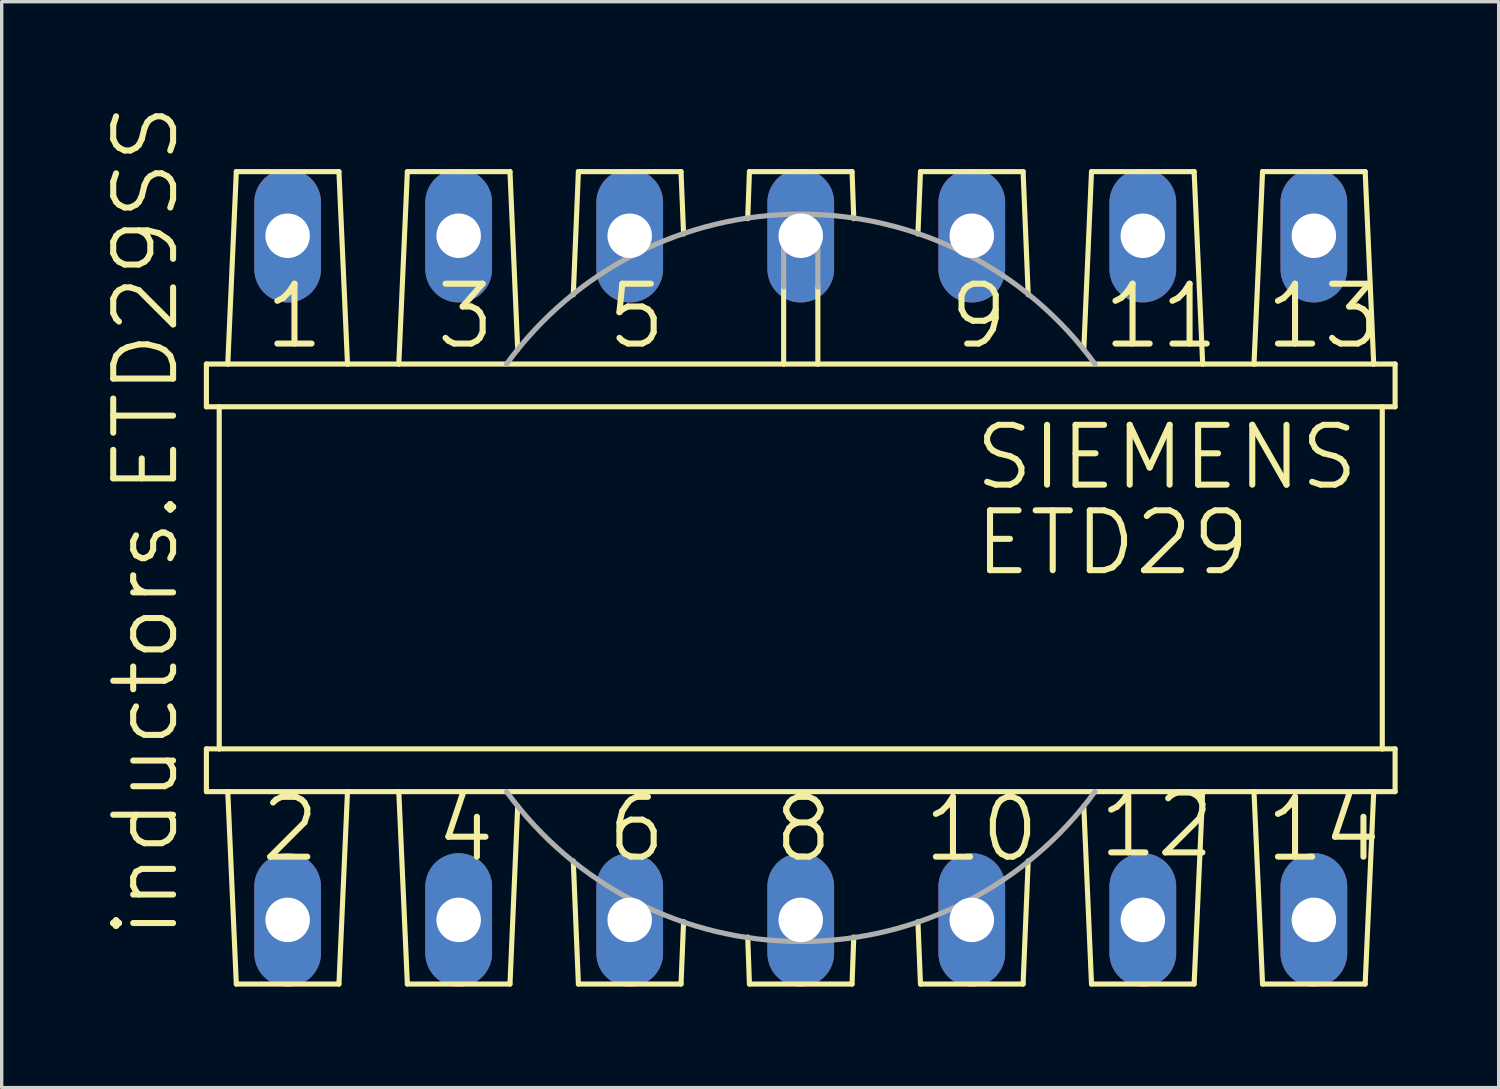
<source format=kicad_pcb>
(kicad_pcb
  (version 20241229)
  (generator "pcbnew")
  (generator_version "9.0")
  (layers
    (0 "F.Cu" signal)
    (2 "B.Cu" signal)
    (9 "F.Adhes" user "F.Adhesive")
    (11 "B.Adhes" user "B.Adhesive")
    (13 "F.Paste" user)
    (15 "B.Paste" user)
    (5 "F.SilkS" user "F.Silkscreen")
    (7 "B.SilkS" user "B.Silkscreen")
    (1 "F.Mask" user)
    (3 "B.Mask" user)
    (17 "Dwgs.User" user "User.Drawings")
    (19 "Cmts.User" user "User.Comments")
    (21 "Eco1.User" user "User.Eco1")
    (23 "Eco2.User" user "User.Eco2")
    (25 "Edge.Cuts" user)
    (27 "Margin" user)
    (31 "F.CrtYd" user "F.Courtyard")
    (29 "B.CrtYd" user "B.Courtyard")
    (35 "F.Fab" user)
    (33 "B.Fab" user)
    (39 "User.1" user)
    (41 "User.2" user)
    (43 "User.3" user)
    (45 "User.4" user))
  (footprint "inductors.ETD29SS"
    (layer "F.Cu")
    (at 20.733 14.112)
    (property "Reference" "inductors.ETD29SS" (at -18.415 10.795 90) (layer "F.SilkS") (effects (font (size 1.778 1.778) (thickness 0.18)) (justify left bottom)))
    (attr through_hole)
    (fp_line (start -17.653 -6.35) (end -17.653 -5.08) (stroke (width 0.152) (type default)) (layer "F.SilkS"))
    (fp_line (start -17.653 5.08) (end -17.653 6.35) (stroke (width 0.152) (type default)) (layer "F.SilkS"))
    (fp_line (start -17.272 -5.08) (end -17.653 -5.08) (stroke (width 0.152) (type default)) (layer "F.SilkS"))
    (fp_line (start -17.272 5.08) (end -17.653 5.08) (stroke (width 0.152) (type default)) (layer "F.SilkS"))
    (fp_line (start -17.272 5.08) (end -17.272 -5.08) (stroke (width 0.152) (type default)) (layer "F.SilkS"))
    (fp_line (start -17.018 -6.35) (end -17.653 -6.35) (stroke (width 0.152) (type default)) (layer "F.SilkS"))
    (fp_line (start -17.018 -6.35) (end -16.764 -12.065) (stroke (width 0.152) (type default)) (layer "F.SilkS"))
    (fp_line (start -17.018 6.35) (end -17.653 6.35) (stroke (width 0.152) (type default)) (layer "F.SilkS"))
    (fp_line (start -17.018 6.35) (end -16.764 12.065) (stroke (width 0.152) (type default)) (layer "F.SilkS"))
    (fp_line (start -16.764 12.065) (end -13.716 12.065) (stroke (width 0.152) (type default)) (layer "F.SilkS"))
    (fp_line (start -13.716 -12.065) (end -16.764 -12.065) (stroke (width 0.152) (type default)) (layer "F.SilkS"))
    (fp_line (start -13.462 -6.35) (end -17.018 -6.35) (stroke (width 0.152) (type default)) (layer "F.SilkS"))
    (fp_line (start -13.462 -6.35) (end -13.716 -12.065) (stroke (width 0.152) (type default)) (layer "F.SilkS"))
    (fp_line (start -13.462 6.35) (end -17.018 6.35) (stroke (width 0.152) (type default)) (layer "F.SilkS"))
    (fp_line (start -13.462 6.35) (end -13.716 12.065) (stroke (width 0.152) (type default)) (layer "F.SilkS"))
    (fp_line (start -11.938 -6.35) (end -13.462 -6.35) (stroke (width 0.152) (type default)) (layer "F.SilkS"))
    (fp_line (start -11.938 -6.35) (end -11.684 -12.065) (stroke (width 0.152) (type default)) (layer "F.SilkS"))
    (fp_line (start -11.938 6.35) (end -13.462 6.35) (stroke (width 0.152) (type default)) (layer "F.SilkS"))
    (fp_line (start -11.938 6.35) (end -11.684 12.065) (stroke (width 0.152) (type default)) (layer "F.SilkS"))
    (fp_line (start -11.684 12.065) (end -8.636 12.065) (stroke (width 0.152) (type default)) (layer "F.SilkS"))
    (fp_line (start -8.636 -12.065) (end -11.684 -12.065) (stroke (width 0.152) (type default)) (layer "F.SilkS"))
    (fp_line (start -8.407 -6.782) (end -8.636 -12.065) (stroke (width 0.152) (type default)) (layer "F.SilkS"))
    (fp_line (start -8.407 6.782) (end -8.636 12.065) (stroke (width 0.152) (type default)) (layer "F.SilkS"))
    (fp_line (start -6.756 -8.407) (end -6.604 -12.065) (stroke (width 0.152) (type default)) (layer "F.SilkS"))
    (fp_line (start -6.756 8.407) (end -6.604 12.065) (stroke (width 0.152) (type default)) (layer "F.SilkS"))
    (fp_line (start -6.604 12.065) (end -3.556 12.065) (stroke (width 0.152) (type default)) (layer "F.SilkS"))
    (fp_line (start -3.556 -12.065) (end -6.604 -12.065) (stroke (width 0.152) (type default)) (layer "F.SilkS"))
    (fp_line (start -3.48 -10.211) (end -3.556 -12.065) (stroke (width 0.152) (type default)) (layer "F.SilkS"))
    (fp_line (start -3.48 10.211) (end -3.556 12.065) (stroke (width 0.152) (type default)) (layer "F.SilkS"))
    (fp_line (start -1.575 -10.668) (end -1.524 -12.065) (stroke (width 0.152) (type default)) (layer "F.SilkS"))
    (fp_line (start -1.575 10.668) (end -1.524 12.065) (stroke (width 0.152) (type default)) (layer "F.SilkS"))
    (fp_line (start -1.524 12.065) (end 1.524 12.065) (stroke (width 0.152) (type default)) (layer "F.SilkS"))
    (fp_line (start -0.508 -8.636) (end -0.508 -6.35) (stroke (width 0.152) (type default)) (layer "F.SilkS"))
    (fp_line (start -0.508 -6.35) (end -11.938 -6.35) (stroke (width 0.152) (type default)) (layer "F.SilkS"))
    (fp_line (start 0.508 -6.35) (end -0.508 -6.35) (stroke (width 0.152) (type default)) (layer "F.SilkS"))
    (fp_line (start 0.508 -6.35) (end 0.508 -8.636) (stroke (width 0.152) (type default)) (layer "F.SilkS"))
    (fp_line (start 1.524 -12.065) (end -1.524 -12.065) (stroke (width 0.152) (type default)) (layer "F.SilkS"))
    (fp_line (start 1.575 -10.668) (end 1.524 -12.065) (stroke (width 0.152) (type default)) (layer "F.SilkS"))
    (fp_line (start 1.575 10.668) (end 1.524 12.065) (stroke (width 0.152) (type default)) (layer "F.SilkS"))
    (fp_line (start 3.48 -10.211) (end 3.556 -12.065) (stroke (width 0.152) (type default)) (layer "F.SilkS"))
    (fp_line (start 3.48 10.211) (end 3.556 12.065) (stroke (width 0.152) (type default)) (layer "F.SilkS"))
    (fp_line (start 3.556 12.065) (end 6.604 12.065) (stroke (width 0.152) (type default)) (layer "F.SilkS"))
    (fp_line (start 6.604 -12.065) (end 3.556 -12.065) (stroke (width 0.152) (type default)) (layer "F.SilkS"))
    (fp_line (start 6.756 -8.407) (end 6.604 -12.065) (stroke (width 0.152) (type default)) (layer "F.SilkS"))
    (fp_line (start 6.756 8.407) (end 6.604 12.065) (stroke (width 0.152) (type default)) (layer "F.SilkS"))
    (fp_line (start 8.407 -6.782) (end 8.636 -12.065) (stroke (width 0.152) (type default)) (layer "F.SilkS"))
    (fp_line (start 8.407 6.782) (end 8.636 12.065) (stroke (width 0.152) (type default)) (layer "F.SilkS"))
    (fp_line (start 8.636 12.065) (end 11.684 12.065) (stroke (width 0.152) (type default)) (layer "F.SilkS"))
    (fp_line (start 11.684 -12.065) (end 8.636 -12.065) (stroke (width 0.152) (type default)) (layer "F.SilkS"))
    (fp_line (start 11.938 -6.35) (end 0.508 -6.35) (stroke (width 0.152) (type default)) (layer "F.SilkS"))
    (fp_line (start 11.938 -6.35) (end 11.684 -12.065) (stroke (width 0.152) (type default)) (layer "F.SilkS"))
    (fp_line (start 11.938 6.35) (end -11.938 6.35) (stroke (width 0.152) (type default)) (layer "F.SilkS"))
    (fp_line (start 11.938 6.35) (end 11.684 12.065) (stroke (width 0.152) (type default)) (layer "F.SilkS"))
    (fp_line (start 13.462 -6.35) (end 11.938 -6.35) (stroke (width 0.152) (type default)) (layer "F.SilkS"))
    (fp_line (start 13.462 -6.35) (end 13.716 -12.065) (stroke (width 0.152) (type default)) (layer "F.SilkS"))
    (fp_line (start 13.462 6.35) (end 11.938 6.35) (stroke (width 0.152) (type default)) (layer "F.SilkS"))
    (fp_line (start 13.462 6.35) (end 13.716 12.065) (stroke (width 0.152) (type default)) (layer "F.SilkS"))
    (fp_line (start 13.716 12.065) (end 16.764 12.065) (stroke (width 0.152) (type default)) (layer "F.SilkS"))
    (fp_line (start 16.764 -12.065) (end 13.716 -12.065) (stroke (width 0.152) (type default)) (layer "F.SilkS"))
    (fp_line (start 17.018 -6.35) (end 13.462 -6.35) (stroke (width 0.152) (type default)) (layer "F.SilkS"))
    (fp_line (start 17.018 -6.35) (end 16.764 -12.065) (stroke (width 0.152) (type default)) (layer "F.SilkS"))
    (fp_line (start 17.018 6.35) (end 13.462 6.35) (stroke (width 0.152) (type default)) (layer "F.SilkS"))
    (fp_line (start 17.018 6.35) (end 16.764 12.065) (stroke (width 0.152) (type default)) (layer "F.SilkS"))
    (fp_line (start 17.272 -5.08) (end -17.272 -5.08) (stroke (width 0.152) (type default)) (layer "F.SilkS"))
    (fp_line (start 17.272 5.08) (end -17.272 5.08) (stroke (width 0.152) (type default)) (layer "F.SilkS"))
    (fp_line (start 17.272 5.08) (end 17.272 -5.08) (stroke (width 0.152) (type default)) (layer "F.SilkS"))
    (fp_line (start 17.653 -6.35) (end 17.018 -6.35) (stroke (width 0.152) (type default)) (layer "F.SilkS"))
    (fp_line (start 17.653 -5.08) (end 17.272 -5.08) (stroke (width 0.152) (type default)) (layer "F.SilkS"))
    (fp_line (start 17.653 -5.08) (end 17.653 -6.35) (stroke (width 0.152) (type default)) (layer "F.SilkS"))
    (fp_line (start 17.653 5.08) (end 17.272 5.08) (stroke (width 0.152) (type default)) (layer "F.SilkS"))
    (fp_line (start 17.653 6.35) (end 17.018 6.35) (stroke (width 0.152) (type default)) (layer "F.SilkS"))
    (fp_line (start 17.653 6.35) (end 17.653 5.08) (stroke (width 0.152) (type default)) (layer "F.SilkS"))
    (fp_line (start -0.508 -10.16) (end -0.508 -8.636) (stroke (width 0.152) (type default)) (layer "F.Fab"))
    (fp_line (start 0.508 -10.16) (end -0.508 -10.16) (stroke (width 0.152) (type default)) (layer "F.Fab"))
    (fp_line (start 0.508 -8.636) (end 0.508 -10.16) (stroke (width 0.152) (type default)) (layer "F.Fab"))
    (fp_arc (start -8.7376 -6.35) (mid 0 -10.801303) (end 8.7376 -6.35) (stroke (width 0.1524) (type default)) (layer "F.Fab"))
    (fp_arc (start 8.7376 6.35) (mid 0 10.801303) (end -8.7376 6.35) (stroke (width 0.1524) (type default)) (layer "F.Fab"))
    (fp_text user "14" (at 13.716 8.509 0) (layer "F.SilkS") (effects (font (size 1.778 1.778) (thickness 0.18)) (justify left bottom)))
    (fp_text user "5" (at -5.842 -6.731 0) (layer "F.SilkS") (effects (font (size 1.778 1.778) (thickness 0.18)) (justify left bottom)))
    (fp_text user "9" (at 4.318 -6.731 0) (layer "F.SilkS") (effects (font (size 1.778 1.778) (thickness 0.18)) (justify left bottom)))
    (fp_text user "1" (at -16.002 -6.731 0) (layer "F.SilkS") (effects (font (size 1.778 1.778) (thickness 0.18)) (justify left bottom)))
    (fp_text user "SIEMENS" (at 5.08 -2.54 0) (layer "F.SilkS") (effects (font (size 1.778 1.778) (thickness 0.18)) (justify left bottom)))
    (fp_text user "ETD29" (at 5.08 0 0) (layer "F.SilkS") (effects (font (size 1.778 1.778) (thickness 0.18)) (justify left bottom)))
    (fp_text user "4" (at -10.922 8.509 0) (layer "F.SilkS") (effects (font (size 1.778 1.778) (thickness 0.18)) (justify left bottom)))
    (fp_text user "2" (at -16.129 8.509 0) (layer "F.SilkS") (effects (font (size 1.778 1.778) (thickness 0.18)) (justify left bottom)))
    (fp_text user "11" (at 8.89 -6.731 0) (layer "F.SilkS") (effects (font (size 1.778 1.778) (thickness 0.18)) (justify left bottom)))
    (fp_text user "6" (at -5.842 8.509 0) (layer "F.SilkS") (effects (font (size 1.778 1.778) (thickness 0.18)) (justify left bottom)))
    (fp_text user "10" (at 3.556 8.509 0) (layer "F.SilkS") (effects (font (size 1.778 1.778) (thickness 0.18)) (justify left bottom)))
    (fp_text user "13" (at 13.716 -6.731 0) (layer "F.SilkS") (effects (font (size 1.778 1.778) (thickness 0.18)) (justify left bottom)))
    (fp_text user "3" (at -10.922 -6.731 0) (layer "F.SilkS") (effects (font (size 1.778 1.778) (thickness 0.18)) (justify left bottom)))
    (fp_text user "8" (at -0.889 8.509 0) (layer "F.SilkS") (effects (font (size 1.778 1.778) (thickness 0.18)) (justify left bottom)))
    (fp_text user "12" (at 8.763 8.382 0) (layer "F.SilkS") (effects (font (size 1.778 1.778) (thickness 0.18)) (justify left bottom)))
    (pad "1" thru_hole oval (at -15.24 -10.16 90) (size 3.962 1.981) (drill 1.321) (layers "*.Cu" "*.Mask"))
    (pad "2" thru_hole oval (at -15.24 10.16 90) (size 3.962 1.981) (drill 1.321) (layers "*.Cu" "*.Mask"))
    (pad "3" thru_hole oval (at -10.16 -10.16 90) (size 3.962 1.981) (drill 1.321) (layers "*.Cu" "*.Mask"))
    (pad "4" thru_hole oval (at -10.16 10.16 90) (size 3.962 1.981) (drill 1.321) (layers "*.Cu" "*.Mask"))
    (pad "5" thru_hole oval (at -5.08 -10.16 90) (size 3.962 1.981) (drill 1.321) (layers "*.Cu" "*.Mask"))
    (pad "6" thru_hole oval (at -5.08 10.16 90) (size 3.962 1.981) (drill 1.321) (layers "*.Cu" "*.Mask"))
    (pad "7" thru_hole oval (at 0 -10.16 90) (size 3.962 1.981) (drill 1.321) (layers "*.Cu" "*.Mask"))
    (pad "8" thru_hole oval (at 0 10.16 90) (size 3.962 1.981) (drill 1.321) (layers "*.Cu" "*.Mask"))
    (pad "9" thru_hole oval (at 5.08 -10.16 90) (size 3.962 1.981) (drill 1.321) (layers "*.Cu" "*.Mask"))
    (pad "10" thru_hole oval (at 5.08 10.16 90) (size 3.962 1.981) (drill 1.321) (layers "*.Cu" "*.Mask"))
    (pad "11" thru_hole oval (at 10.16 -10.16 90) (size 3.962 1.981) (drill 1.321) (layers "*.Cu" "*.Mask"))
    (pad "12" thru_hole oval (at 10.16 10.16 90) (size 3.962 1.981) (drill 1.321) (layers "*.Cu" "*.Mask"))
    (pad "13" thru_hole oval (at 15.24 -10.16 90) (size 3.962 1.981) (drill 1.321) (layers "*.Cu" "*.Mask"))
    (pad "14" thru_hole oval (at 15.24 10.16 90) (size 3.962 1.981) (drill 1.321) (layers "*.Cu" "*.Mask")))
  (gr_rect
    (start -3 -3)
    (end 41.462 29.253)
    (stroke (width 0.1) (type default))
    (fill no)
    (layer "Edge.Cuts")))
</source>
